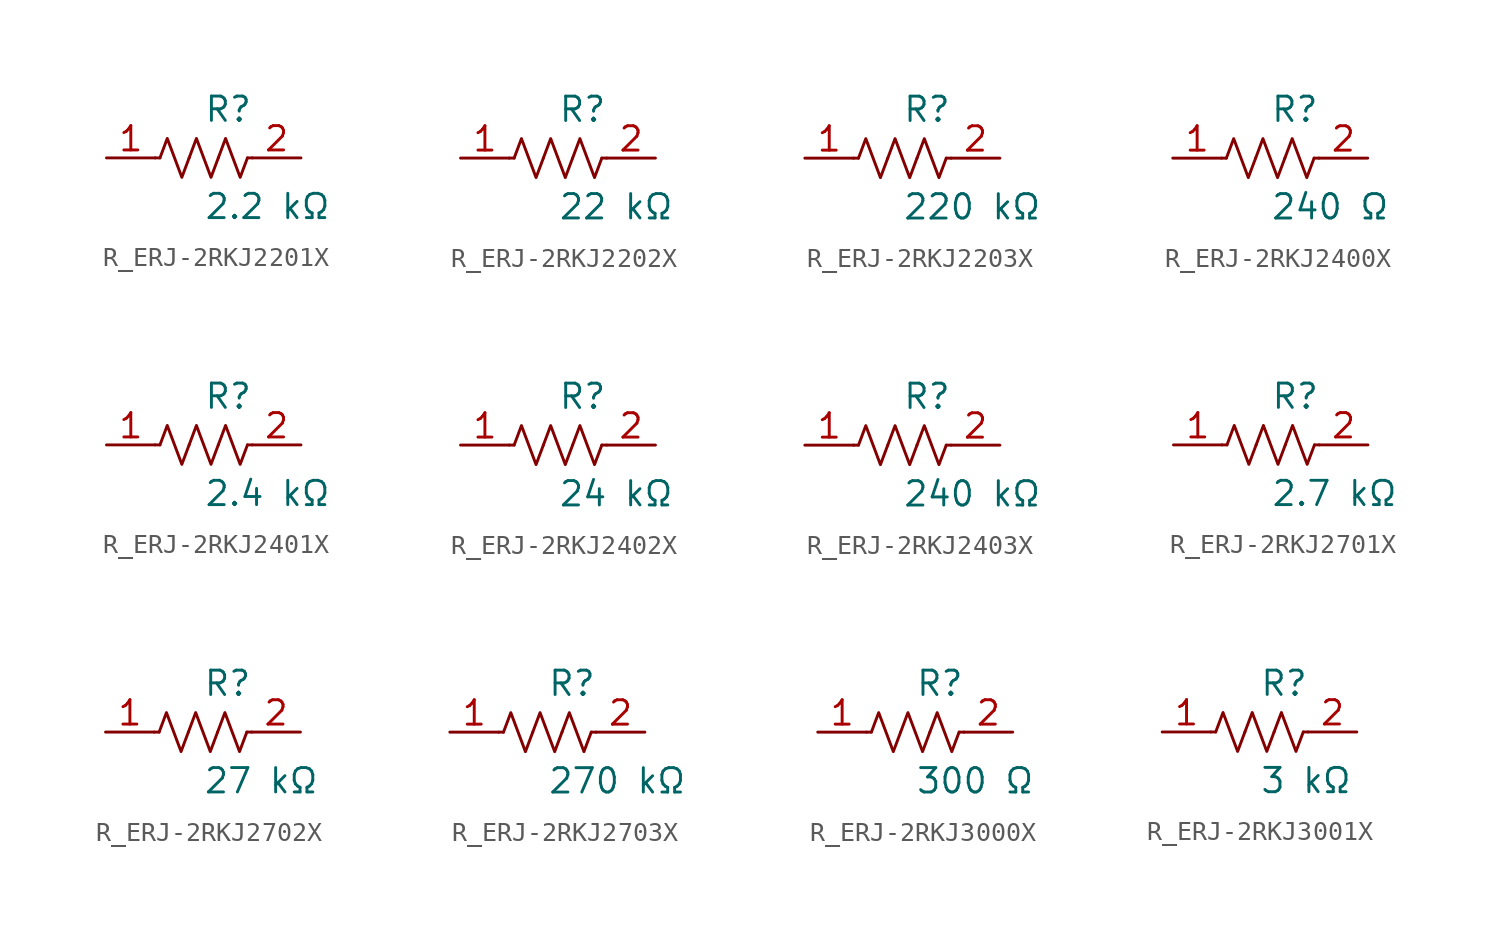
<source format=kicad_sym>
(kicad_symbol_lib
  (version 20231120)
  (generator kicad_symbol_editor)
  (generator_version 8.0)
  (symbol "R_ERJ-2RKJ2201X"
    (pin_names
      (offset 0.254))
    (property "Reference" "R"
      (at 0.0 2.54 0)
      (effects (font (size 1.27 1.27)) (justify left)))
    (property "Value" "2.2 kΩ"
      (at 0.0 -2.54 0)
      (effects (font (size 1.27 1.27)) (justify left)))
    (symbol "R_ERJ-2RKJ2201X_0_1"
      (polyline (pts (xy 2.286 0) (xy 2.54 0)) (stroke (width 0) (type default)) (fill (type none)))
      (polyline (pts (xy -2.286 0) (xy -2.54 0)) (stroke (width 0) (type default)) (fill (type none)))
      (polyline (pts (xy 0.762 0) (xy 1.143 1.016) (xy 1.524 0) (xy 1.905 -1.016) (xy 2.286 0)) (stroke (width 0) (type default)) (fill (type none)))
      (polyline (pts (xy -0.762 0) (xy -0.381 1.016) (xy 0 0) (xy 0.381 -1.016) (xy 0.762 0)) (stroke (width 0) (type default)) (fill (type none)))
      (polyline (pts (xy -2.286 0) (xy -1.905 1.016) (xy -1.524 0) (xy -1.143 -1.016) (xy -0.762 0)) (stroke (width 0) (type default)) (fill (type none))))
    (pin unspecified line
      (at -5.08 0 0)
      (length 2.54)
      (name "" (effects (font (size 1.27 1.27))))
      (number "1" (effects (font (size 1.27 1.27)))))
    (pin unspecified line
      (at 5.08 0 180)
      (length 2.54)
      (name "" (effects (font (size 1.27 1.27))))
      (number "2" (effects (font (size 1.27 1.27))))))
  (symbol "R_ERJ-2RKJ2202X"
    (pin_names
      (offset 0.254))
    (property "Reference" "R"
      (at 0.0 2.54 0)
      (effects (font (size 1.27 1.27)) (justify left)))
    (property "Value" "22 kΩ"
      (at 0.0 -2.54 0)
      (effects (font (size 1.27 1.27)) (justify left)))
    (symbol "R_ERJ-2RKJ2202X_0_1"
      (polyline (pts (xy 2.286 0) (xy 2.54 0)) (stroke (width 0) (type default)) (fill (type none)))
      (polyline (pts (xy -2.286 0) (xy -2.54 0)) (stroke (width 0) (type default)) (fill (type none)))
      (polyline (pts (xy 0.762 0) (xy 1.143 1.016) (xy 1.524 0) (xy 1.905 -1.016) (xy 2.286 0)) (stroke (width 0) (type default)) (fill (type none)))
      (polyline (pts (xy -0.762 0) (xy -0.381 1.016) (xy 0 0) (xy 0.381 -1.016) (xy 0.762 0)) (stroke (width 0) (type default)) (fill (type none)))
      (polyline (pts (xy -2.286 0) (xy -1.905 1.016) (xy -1.524 0) (xy -1.143 -1.016) (xy -0.762 0)) (stroke (width 0) (type default)) (fill (type none))))
    (pin unspecified line
      (at -5.08 0 0)
      (length 2.54)
      (name "" (effects (font (size 1.27 1.27))))
      (number "1" (effects (font (size 1.27 1.27)))))
    (pin unspecified line
      (at 5.08 0 180)
      (length 2.54)
      (name "" (effects (font (size 1.27 1.27))))
      (number "2" (effects (font (size 1.27 1.27))))))
  (symbol "R_ERJ-2RKJ2203X"
    (pin_names
      (offset 0.254))
    (property "Reference" "R"
      (at 0.0 2.54 0)
      (effects (font (size 1.27 1.27)) (justify left)))
    (property "Value" "220 kΩ"
      (at 0.0 -2.54 0)
      (effects (font (size 1.27 1.27)) (justify left)))
    (symbol "R_ERJ-2RKJ2203X_0_1"
      (polyline (pts (xy 2.286 0) (xy 2.54 0)) (stroke (width 0) (type default)) (fill (type none)))
      (polyline (pts (xy -2.286 0) (xy -2.54 0)) (stroke (width 0) (type default)) (fill (type none)))
      (polyline (pts (xy 0.762 0) (xy 1.143 1.016) (xy 1.524 0) (xy 1.905 -1.016) (xy 2.286 0)) (stroke (width 0) (type default)) (fill (type none)))
      (polyline (pts (xy -0.762 0) (xy -0.381 1.016) (xy 0 0) (xy 0.381 -1.016) (xy 0.762 0)) (stroke (width 0) (type default)) (fill (type none)))
      (polyline (pts (xy -2.286 0) (xy -1.905 1.016) (xy -1.524 0) (xy -1.143 -1.016) (xy -0.762 0)) (stroke (width 0) (type default)) (fill (type none))))
    (pin unspecified line
      (at -5.08 0 0)
      (length 2.54)
      (name "" (effects (font (size 1.27 1.27))))
      (number "1" (effects (font (size 1.27 1.27)))))
    (pin unspecified line
      (at 5.08 0 180)
      (length 2.54)
      (name "" (effects (font (size 1.27 1.27))))
      (number "2" (effects (font (size 1.27 1.27))))))
  (symbol "R_ERJ-2RKJ2400X"
    (pin_names
      (offset 0.254))
    (property "Reference" "R"
      (at 0.0 2.54 0)
      (effects (font (size 1.27 1.27)) (justify left)))
    (property "Value" "240 Ω"
      (at 0.0 -2.54 0)
      (effects (font (size 1.27 1.27)) (justify left)))
    (symbol "R_ERJ-2RKJ2400X_0_1"
      (polyline (pts (xy 2.286 0) (xy 2.54 0)) (stroke (width 0) (type default)) (fill (type none)))
      (polyline (pts (xy -2.286 0) (xy -2.54 0)) (stroke (width 0) (type default)) (fill (type none)))
      (polyline (pts (xy 0.762 0) (xy 1.143 1.016) (xy 1.524 0) (xy 1.905 -1.016) (xy 2.286 0)) (stroke (width 0) (type default)) (fill (type none)))
      (polyline (pts (xy -0.762 0) (xy -0.381 1.016) (xy 0 0) (xy 0.381 -1.016) (xy 0.762 0)) (stroke (width 0) (type default)) (fill (type none)))
      (polyline (pts (xy -2.286 0) (xy -1.905 1.016) (xy -1.524 0) (xy -1.143 -1.016) (xy -0.762 0)) (stroke (width 0) (type default)) (fill (type none))))
    (pin unspecified line
      (at -5.08 0 0)
      (length 2.54)
      (name "" (effects (font (size 1.27 1.27))))
      (number "1" (effects (font (size 1.27 1.27)))))
    (pin unspecified line
      (at 5.08 0 180)
      (length 2.54)
      (name "" (effects (font (size 1.27 1.27))))
      (number "2" (effects (font (size 1.27 1.27))))))
  (symbol "R_ERJ-2RKJ2401X"
    (pin_names
      (offset 0.254))
    (property "Reference" "R"
      (at 0.0 2.54 0)
      (effects (font (size 1.27 1.27)) (justify left)))
    (property "Value" "2.4 kΩ"
      (at 0.0 -2.54 0)
      (effects (font (size 1.27 1.27)) (justify left)))
    (symbol "R_ERJ-2RKJ2401X_0_1"
      (polyline (pts (xy 2.286 0) (xy 2.54 0)) (stroke (width 0) (type default)) (fill (type none)))
      (polyline (pts (xy -2.286 0) (xy -2.54 0)) (stroke (width 0) (type default)) (fill (type none)))
      (polyline (pts (xy 0.762 0) (xy 1.143 1.016) (xy 1.524 0) (xy 1.905 -1.016) (xy 2.286 0)) (stroke (width 0) (type default)) (fill (type none)))
      (polyline (pts (xy -0.762 0) (xy -0.381 1.016) (xy 0 0) (xy 0.381 -1.016) (xy 0.762 0)) (stroke (width 0) (type default)) (fill (type none)))
      (polyline (pts (xy -2.286 0) (xy -1.905 1.016) (xy -1.524 0) (xy -1.143 -1.016) (xy -0.762 0)) (stroke (width 0) (type default)) (fill (type none))))
    (pin unspecified line
      (at -5.08 0 0)
      (length 2.54)
      (name "" (effects (font (size 1.27 1.27))))
      (number "1" (effects (font (size 1.27 1.27)))))
    (pin unspecified line
      (at 5.08 0 180)
      (length 2.54)
      (name "" (effects (font (size 1.27 1.27))))
      (number "2" (effects (font (size 1.27 1.27))))))
  (symbol "R_ERJ-2RKJ2402X"
    (pin_names
      (offset 0.254))
    (property "Reference" "R"
      (at 0.0 2.54 0)
      (effects (font (size 1.27 1.27)) (justify left)))
    (property "Value" "24 kΩ"
      (at 0.0 -2.54 0)
      (effects (font (size 1.27 1.27)) (justify left)))
    (symbol "R_ERJ-2RKJ2402X_0_1"
      (polyline (pts (xy 2.286 0) (xy 2.54 0)) (stroke (width 0) (type default)) (fill (type none)))
      (polyline (pts (xy -2.286 0) (xy -2.54 0)) (stroke (width 0) (type default)) (fill (type none)))
      (polyline (pts (xy 0.762 0) (xy 1.143 1.016) (xy 1.524 0) (xy 1.905 -1.016) (xy 2.286 0)) (stroke (width 0) (type default)) (fill (type none)))
      (polyline (pts (xy -0.762 0) (xy -0.381 1.016) (xy 0 0) (xy 0.381 -1.016) (xy 0.762 0)) (stroke (width 0) (type default)) (fill (type none)))
      (polyline (pts (xy -2.286 0) (xy -1.905 1.016) (xy -1.524 0) (xy -1.143 -1.016) (xy -0.762 0)) (stroke (width 0) (type default)) (fill (type none))))
    (pin unspecified line
      (at -5.08 0 0)
      (length 2.54)
      (name "" (effects (font (size 1.27 1.27))))
      (number "1" (effects (font (size 1.27 1.27)))))
    (pin unspecified line
      (at 5.08 0 180)
      (length 2.54)
      (name "" (effects (font (size 1.27 1.27))))
      (number "2" (effects (font (size 1.27 1.27))))))
  (symbol "R_ERJ-2RKJ2403X"
    (pin_names
      (offset 0.254))
    (property "Reference" "R"
      (at 0.0 2.54 0)
      (effects (font (size 1.27 1.27)) (justify left)))
    (property "Value" "240 kΩ"
      (at 0.0 -2.54 0)
      (effects (font (size 1.27 1.27)) (justify left)))
    (symbol "R_ERJ-2RKJ2403X_0_1"
      (polyline (pts (xy 2.286 0) (xy 2.54 0)) (stroke (width 0) (type default)) (fill (type none)))
      (polyline (pts (xy -2.286 0) (xy -2.54 0)) (stroke (width 0) (type default)) (fill (type none)))
      (polyline (pts (xy 0.762 0) (xy 1.143 1.016) (xy 1.524 0) (xy 1.905 -1.016) (xy 2.286 0)) (stroke (width 0) (type default)) (fill (type none)))
      (polyline (pts (xy -0.762 0) (xy -0.381 1.016) (xy 0 0) (xy 0.381 -1.016) (xy 0.762 0)) (stroke (width 0) (type default)) (fill (type none)))
      (polyline (pts (xy -2.286 0) (xy -1.905 1.016) (xy -1.524 0) (xy -1.143 -1.016) (xy -0.762 0)) (stroke (width 0) (type default)) (fill (type none))))
    (pin unspecified line
      (at -5.08 0 0)
      (length 2.54)
      (name "" (effects (font (size 1.27 1.27))))
      (number "1" (effects (font (size 1.27 1.27)))))
    (pin unspecified line
      (at 5.08 0 180)
      (length 2.54)
      (name "" (effects (font (size 1.27 1.27))))
      (number "2" (effects (font (size 1.27 1.27))))))
  (symbol "R_ERJ-2RKJ2701X"
    (pin_names
      (offset 0.254))
    (property "Reference" "R"
      (at 0.0 2.54 0)
      (effects (font (size 1.27 1.27)) (justify left)))
    (property "Value" "2.7 kΩ"
      (at 0.0 -2.54 0)
      (effects (font (size 1.27 1.27)) (justify left)))
    (symbol "R_ERJ-2RKJ2701X_0_1"
      (polyline (pts (xy 2.286 0) (xy 2.54 0)) (stroke (width 0) (type default)) (fill (type none)))
      (polyline (pts (xy -2.286 0) (xy -2.54 0)) (stroke (width 0) (type default)) (fill (type none)))
      (polyline (pts (xy 0.762 0) (xy 1.143 1.016) (xy 1.524 0) (xy 1.905 -1.016) (xy 2.286 0)) (stroke (width 0) (type default)) (fill (type none)))
      (polyline (pts (xy -0.762 0) (xy -0.381 1.016) (xy 0 0) (xy 0.381 -1.016) (xy 0.762 0)) (stroke (width 0) (type default)) (fill (type none)))
      (polyline (pts (xy -2.286 0) (xy -1.905 1.016) (xy -1.524 0) (xy -1.143 -1.016) (xy -0.762 0)) (stroke (width 0) (type default)) (fill (type none))))
    (pin unspecified line
      (at -5.08 0 0)
      (length 2.54)
      (name "" (effects (font (size 1.27 1.27))))
      (number "1" (effects (font (size 1.27 1.27)))))
    (pin unspecified line
      (at 5.08 0 180)
      (length 2.54)
      (name "" (effects (font (size 1.27 1.27))))
      (number "2" (effects (font (size 1.27 1.27))))))
  (symbol "R_ERJ-2RKJ2702X"
    (pin_names
      (offset 0.254))
    (property "Reference" "R"
      (at 0.0 2.54 0)
      (effects (font (size 1.27 1.27)) (justify left)))
    (property "Value" "27 kΩ"
      (at 0.0 -2.54 0)
      (effects (font (size 1.27 1.27)) (justify left)))
    (symbol "R_ERJ-2RKJ2702X_0_1"
      (polyline (pts (xy 2.286 0) (xy 2.54 0)) (stroke (width 0) (type default)) (fill (type none)))
      (polyline (pts (xy -2.286 0) (xy -2.54 0)) (stroke (width 0) (type default)) (fill (type none)))
      (polyline (pts (xy 0.762 0) (xy 1.143 1.016) (xy 1.524 0) (xy 1.905 -1.016) (xy 2.286 0)) (stroke (width 0) (type default)) (fill (type none)))
      (polyline (pts (xy -0.762 0) (xy -0.381 1.016) (xy 0 0) (xy 0.381 -1.016) (xy 0.762 0)) (stroke (width 0) (type default)) (fill (type none)))
      (polyline (pts (xy -2.286 0) (xy -1.905 1.016) (xy -1.524 0) (xy -1.143 -1.016) (xy -0.762 0)) (stroke (width 0) (type default)) (fill (type none))))
    (pin unspecified line
      (at -5.08 0 0)
      (length 2.54)
      (name "" (effects (font (size 1.27 1.27))))
      (number "1" (effects (font (size 1.27 1.27)))))
    (pin unspecified line
      (at 5.08 0 180)
      (length 2.54)
      (name "" (effects (font (size 1.27 1.27))))
      (number "2" (effects (font (size 1.27 1.27))))))
  (symbol "R_ERJ-2RKJ2703X"
    (pin_names
      (offset 0.254))
    (property "Reference" "R"
      (at 0.0 2.54 0)
      (effects (font (size 1.27 1.27)) (justify left)))
    (property "Value" "270 kΩ"
      (at 0.0 -2.54 0)
      (effects (font (size 1.27 1.27)) (justify left)))
    (symbol "R_ERJ-2RKJ2703X_0_1"
      (polyline (pts (xy 2.286 0) (xy 2.54 0)) (stroke (width 0) (type default)) (fill (type none)))
      (polyline (pts (xy -2.286 0) (xy -2.54 0)) (stroke (width 0) (type default)) (fill (type none)))
      (polyline (pts (xy 0.762 0) (xy 1.143 1.016) (xy 1.524 0) (xy 1.905 -1.016) (xy 2.286 0)) (stroke (width 0) (type default)) (fill (type none)))
      (polyline (pts (xy -0.762 0) (xy -0.381 1.016) (xy 0 0) (xy 0.381 -1.016) (xy 0.762 0)) (stroke (width 0) (type default)) (fill (type none)))
      (polyline (pts (xy -2.286 0) (xy -1.905 1.016) (xy -1.524 0) (xy -1.143 -1.016) (xy -0.762 0)) (stroke (width 0) (type default)) (fill (type none))))
    (pin unspecified line
      (at -5.08 0 0)
      (length 2.54)
      (name "" (effects (font (size 1.27 1.27))))
      (number "1" (effects (font (size 1.27 1.27)))))
    (pin unspecified line
      (at 5.08 0 180)
      (length 2.54)
      (name "" (effects (font (size 1.27 1.27))))
      (number "2" (effects (font (size 1.27 1.27))))))
  (symbol "R_ERJ-2RKJ3000X"
    (pin_names
      (offset 0.254))
    (property "Reference" "R"
      (at 0.0 2.54 0)
      (effects (font (size 1.27 1.27)) (justify left)))
    (property "Value" "300 Ω"
      (at 0.0 -2.54 0)
      (effects (font (size 1.27 1.27)) (justify left)))
    (symbol "R_ERJ-2RKJ3000X_0_1"
      (polyline (pts (xy 2.286 0) (xy 2.54 0)) (stroke (width 0) (type default)) (fill (type none)))
      (polyline (pts (xy -2.286 0) (xy -2.54 0)) (stroke (width 0) (type default)) (fill (type none)))
      (polyline (pts (xy 0.762 0) (xy 1.143 1.016) (xy 1.524 0) (xy 1.905 -1.016) (xy 2.286 0)) (stroke (width 0) (type default)) (fill (type none)))
      (polyline (pts (xy -0.762 0) (xy -0.381 1.016) (xy 0 0) (xy 0.381 -1.016) (xy 0.762 0)) (stroke (width 0) (type default)) (fill (type none)))
      (polyline (pts (xy -2.286 0) (xy -1.905 1.016) (xy -1.524 0) (xy -1.143 -1.016) (xy -0.762 0)) (stroke (width 0) (type default)) (fill (type none))))
    (pin unspecified line
      (at -5.08 0 0)
      (length 2.54)
      (name "" (effects (font (size 1.27 1.27))))
      (number "1" (effects (font (size 1.27 1.27)))))
    (pin unspecified line
      (at 5.08 0 180)
      (length 2.54)
      (name "" (effects (font (size 1.27 1.27))))
      (number "2" (effects (font (size 1.27 1.27))))))
  (symbol "R_ERJ-2RKJ3001X"
    (pin_names
      (offset 0.254))
    (property "Reference" "R"
      (at 0.0 2.54 0)
      (effects (font (size 1.27 1.27)) (justify left)))
    (property "Value" "3 kΩ"
      (at 0.0 -2.54 0)
      (effects (font (size 1.27 1.27)) (justify left)))
    (symbol "R_ERJ-2RKJ3001X_0_1"
      (polyline (pts (xy 2.286 0) (xy 2.54 0)) (stroke (width 0) (type default)) (fill (type none)))
      (polyline (pts (xy -2.286 0) (xy -2.54 0)) (stroke (width 0) (type default)) (fill (type none)))
      (polyline (pts (xy 0.762 0) (xy 1.143 1.016) (xy 1.524 0) (xy 1.905 -1.016) (xy 2.286 0)) (stroke (width 0) (type default)) (fill (type none)))
      (polyline (pts (xy -0.762 0) (xy -0.381 1.016) (xy 0 0) (xy 0.381 -1.016) (xy 0.762 0)) (stroke (width 0) (type default)) (fill (type none)))
      (polyline (pts (xy -2.286 0) (xy -1.905 1.016) (xy -1.524 0) (xy -1.143 -1.016) (xy -0.762 0)) (stroke (width 0) (type default)) (fill (type none))))
    (pin unspecified line
      (at -5.08 0 0)
      (length 2.54)
      (name "" (effects (font (size 1.27 1.27))))
      (number "1" (effects (font (size 1.27 1.27)))))
    (pin unspecified line
      (at 5.08 0 180)
      (length 2.54)
      (name "" (effects (font (size 1.27 1.27))))
      (number "2" (effects (font (size 1.27 1.27)))))))
</source>
